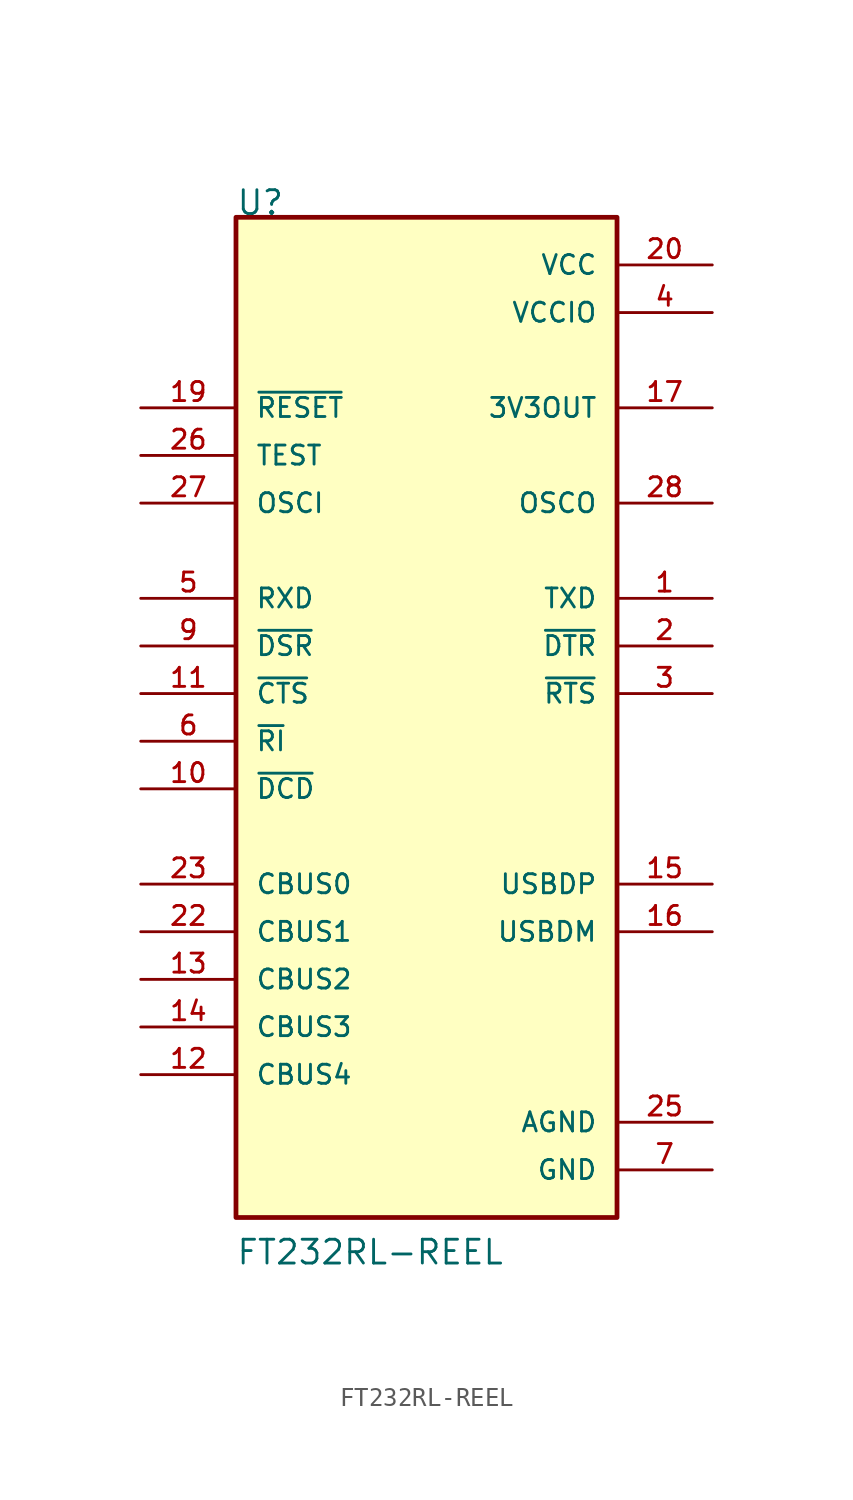
<source format=kicad_sym>
(kicad_symbol_lib
  (version 20211014)
  (generator kicad_symbol_editor)
  (symbol "FT232RL-REEL"
    (pin_names
      (offset 1.016))
    (property "Reference" "U"
      (at -10.174 27.978 0)
      (effects (font (size 1.27 1.27)) (justify bottom left)))
    (property "Value" "FT232RL-REEL"
      (at -10.179 -27.991 0)
      (effects (font (size 1.27 1.27)) (justify bottom left)))
    (symbol "FT232RL-REEL_0_0"
      (rectangle (start -10.16 -25.4) (end 10.16 27.94) (stroke (width 0.254)) (fill (type background)))
      (pin bidirectional line (at 15.24 -7.62 180.0) (length 5.08) (name "USBDP" (effects (font (size 1.016 1.016)))) (number "15" (effects (font (size 1.016 1.016)))))
      (pin bidirectional line (at 15.24 -10.16 180.0) (length 5.08) (name "USBDM" (effects (font (size 1.016 1.016)))) (number "16" (effects (font (size 1.016 1.016)))))
      (pin power_in line (at 15.24 22.86 180.0) (length 5.08) (name "VCCIO" (effects (font (size 1.016 1.016)))) (number "4" (effects (font (size 1.016 1.016)))))
      (pin power_in line (at 15.24 -22.86 180.0) (length 5.08) (name "GND" (effects (font (size 1.016 1.016)))) (number "7" (effects (font (size 1.016 1.016)))))
      (pin power_in line (at 15.24 -22.86 180.0) (length 5.08) hide (name "GND" (effects (font (size 1.016 1.016)))) (number "18" (effects (font (size 1.016 1.016)))))
      (pin power_in line (at 15.24 -22.86 180.0) (length 5.08) hide (name "GND" (effects (font (size 1.016 1.016)))) (number "21" (effects (font (size 1.016 1.016)))))
      (pin output line (at 15.24 17.78 180.0) (length 5.08) (name "3V3OUT" (effects (font (size 1.016 1.016)))) (number "17" (effects (font (size 1.016 1.016)))))
      (pin power_in line (at 15.24 25.4 180.0) (length 5.08) (name "VCC" (effects (font (size 1.016 1.016)))) (number "20" (effects (font (size 1.016 1.016)))))
      (pin power_in line (at 15.24 -20.32 180.0) (length 5.08) (name "AGND" (effects (font (size 1.016 1.016)))) (number "25" (effects (font (size 1.016 1.016)))))
      (pin input line (at -15.24 17.78 0) (length 5.08) (name "~{RESET}" (effects (font (size 1.016 1.016)))) (number "19" (effects (font (size 1.016 1.016)))))
      (pin input line (at -15.24 15.24 0) (length 5.08) (name "TEST" (effects (font (size 1.016 1.016)))) (number "26" (effects (font (size 1.016 1.016)))))
      (pin input line (at -15.24 12.7 0) (length 5.08) (name "OSCI" (effects (font (size 1.016 1.016)))) (number "27" (effects (font (size 1.016 1.016)))))
      (pin output line (at 15.24 12.7 180.0) (length 5.08) (name "OSCO" (effects (font (size 1.016 1.016)))) (number "28" (effects (font (size 1.016 1.016)))))
      (pin output line (at 15.24 7.62 180.0) (length 5.08) (name "TXD" (effects (font (size 1.016 1.016)))) (number "1" (effects (font (size 1.016 1.016)))))
      (pin output line (at 15.24 5.08 180.0) (length 5.08) (name "~{DTR}" (effects (font (size 1.016 1.016)))) (number "2" (effects (font (size 1.016 1.016)))))
      (pin output line (at 15.24 2.54 180.0) (length 5.08) (name "~{RTS}" (effects (font (size 1.016 1.016)))) (number "3" (effects (font (size 1.016 1.016)))))
      (pin input line (at -15.24 7.62 0) (length 5.08) (name "RXD" (effects (font (size 1.016 1.016)))) (number "5" (effects (font (size 1.016 1.016)))))
      (pin input line (at -15.24 0.0 0) (length 5.08) (name "~{RI}" (effects (font (size 1.016 1.016)))) (number "6" (effects (font (size 1.016 1.016)))))
      (pin input line (at -15.24 5.08 0) (length 5.08) (name "~{DSR}" (effects (font (size 1.016 1.016)))) (number "9" (effects (font (size 1.016 1.016)))))
      (pin input line (at -15.24 2.54 0) (length 5.08) (name "~{CTS}" (effects (font (size 1.016 1.016)))) (number "11" (effects (font (size 1.016 1.016)))))
      (pin input line (at -15.24 -2.54 0) (length 5.08) (name "~{DCD}" (effects (font (size 1.016 1.016)))) (number "10" (effects (font (size 1.016 1.016)))))
      (pin bidirectional line (at -15.24 -7.62 0) (length 5.08) (name "CBUS0" (effects (font (size 1.016 1.016)))) (number "23" (effects (font (size 1.016 1.016)))))
      (pin bidirectional line (at -15.24 -10.16 0) (length 5.08) (name "CBUS1" (effects (font (size 1.016 1.016)))) (number "22" (effects (font (size 1.016 1.016)))))
      (pin bidirectional line (at -15.24 -12.7 0) (length 5.08) (name "CBUS2" (effects (font (size 1.016 1.016)))) (number "13" (effects (font (size 1.016 1.016)))))
      (pin bidirectional line (at -15.24 -15.24 0) (length 5.08) (name "CBUS3" (effects (font (size 1.016 1.016)))) (number "14" (effects (font (size 1.016 1.016)))))
      (pin bidirectional line (at -15.24 -17.78 0) (length 5.08) (name "CBUS4" (effects (font (size 1.016 1.016)))) (number "12" (effects (font (size 1.016 1.016))))))))
</source>
